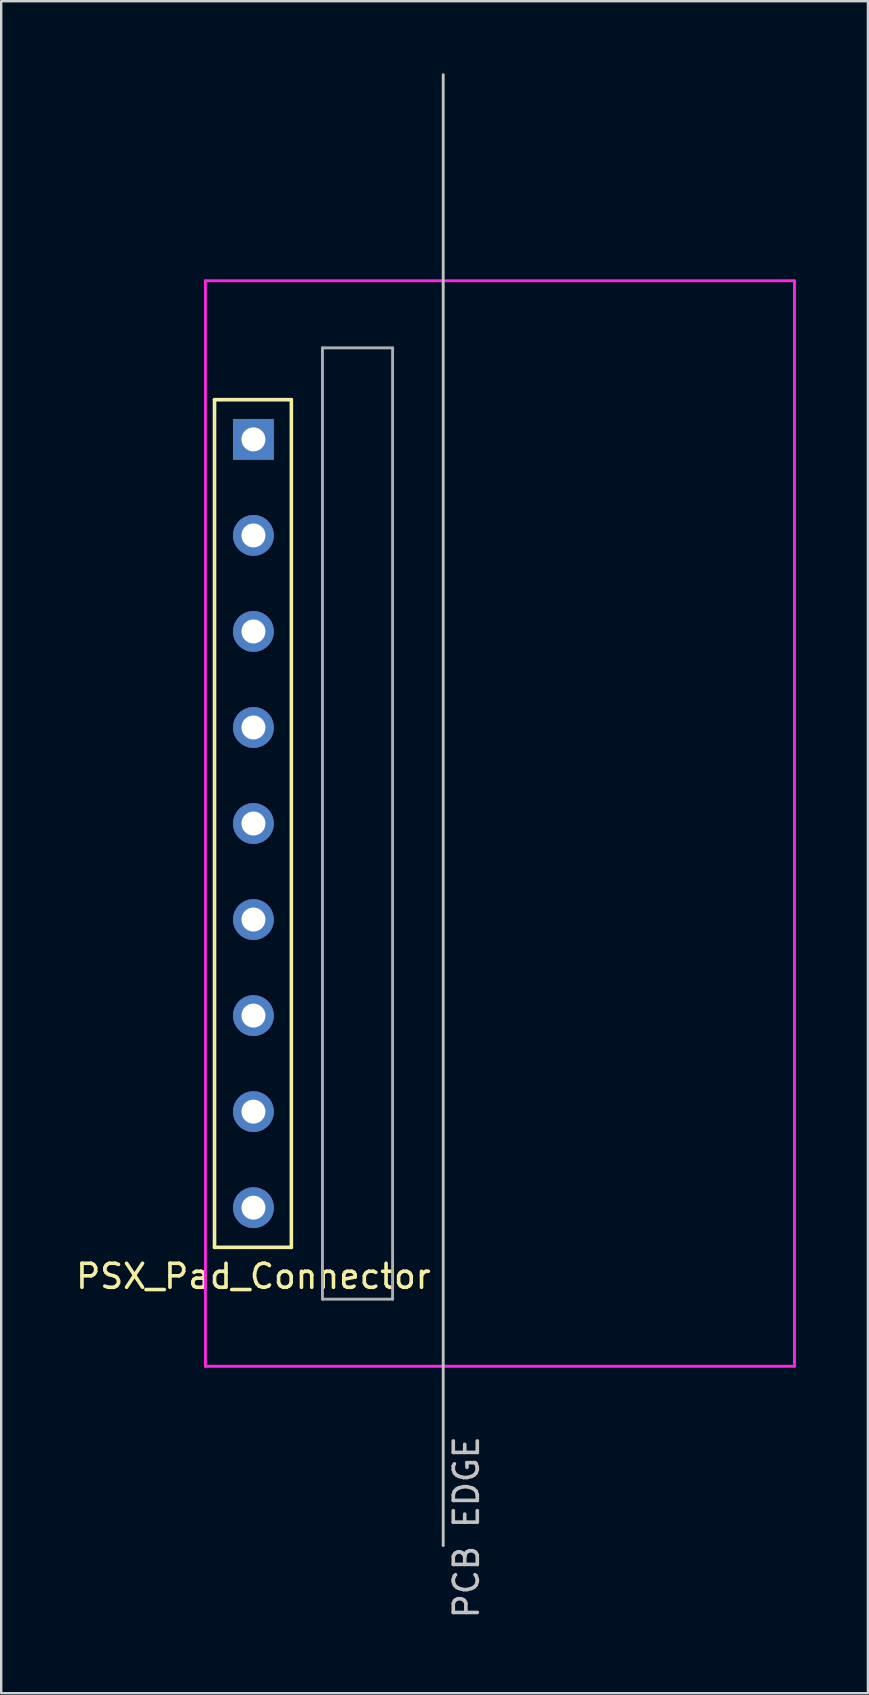
<source format=kicad_pcb>
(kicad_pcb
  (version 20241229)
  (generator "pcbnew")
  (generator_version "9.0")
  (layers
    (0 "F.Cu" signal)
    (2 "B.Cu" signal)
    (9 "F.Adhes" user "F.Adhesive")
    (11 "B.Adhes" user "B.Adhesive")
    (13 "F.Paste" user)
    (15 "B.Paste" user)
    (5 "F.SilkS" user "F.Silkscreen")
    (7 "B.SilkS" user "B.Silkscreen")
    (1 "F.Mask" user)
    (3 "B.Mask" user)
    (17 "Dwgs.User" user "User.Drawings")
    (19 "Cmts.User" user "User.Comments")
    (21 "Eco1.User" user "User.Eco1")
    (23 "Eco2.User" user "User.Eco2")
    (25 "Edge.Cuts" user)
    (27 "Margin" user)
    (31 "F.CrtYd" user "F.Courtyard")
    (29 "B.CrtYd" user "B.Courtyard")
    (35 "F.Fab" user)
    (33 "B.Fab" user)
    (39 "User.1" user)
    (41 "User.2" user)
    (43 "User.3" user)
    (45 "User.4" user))
  (footprint "PSX_Pad_Connector"
    (layer "F.Cu")
    (at 7.506 31.251)
    (property "Reference" "PSX_Pad_Connector" (at 0 18.86 180) (layer "F.SilkS") (effects (font (size 1 1) (thickness 0.15))))
    (attr through_hole)
    (fp_line (start -1.621 -17.653) (end 1.579 -17.653) (stroke (width 0.15) (type solid)) (layer "F.SilkS"))
    (fp_line (start -1.621 17.653) (end -1.621 -17.653) (stroke (width 0.15) (type solid)) (layer "F.SilkS"))
    (fp_line (start 1.579 -17.653) (end 1.579 17.653) (stroke (width 0.15) (type solid)) (layer "F.SilkS"))
    (fp_line (start 1.579 17.653) (end -1.621 17.653) (stroke (width 0.15) (type solid)) (layer "F.SilkS"))
    (fp_line (start 7.904 30.074) (end 7.904 -31.191) (stroke (width 0.12) (type solid)) (layer "Dwgs.User"))
    (fp_line (start -2 -22.606) (end -2 22.606) (stroke (width 0.12) (type solid)) (layer "F.CrtYd"))
    (fp_line (start -2 22.606) (end 22.534 22.606) (stroke (width 0.12) (type solid)) (layer "F.CrtYd"))
    (fp_line (start 22.534 -22.606) (end -2 -22.606) (stroke (width 0.12) (type solid)) (layer "F.CrtYd"))
    (fp_line (start 22.534 22.606) (end 22.534 -22.606) (stroke (width 0.12) (type solid)) (layer "F.CrtYd"))
    (fp_line (start 2.875 -19.812) (end 5.796 -19.812) (stroke (width 0.12) (type solid)) (layer "F.Fab"))
    (fp_line (start 2.875 19.812) (end 2.875 -19.812) (stroke (width 0.12) (type solid)) (layer "F.Fab"))
    (fp_line (start 5.796 -19.812) (end 5.796 19.812) (stroke (width 0.12) (type solid)) (layer "F.Fab"))
    (fp_line (start 5.796 19.812) (end 2.875 19.812) (stroke (width 0.12) (type solid)) (layer "F.Fab"))
    (fp_text user "PCB EDGE" (at 8.869 29.312 90) (layer "Dwgs.User") (effects (font (size 1 1) (thickness 0.15))))
    (pad "1" thru_hole rect (at 0 -16) (size 1.7 1.7) (drill 1) (layers "*.Cu" "*.Mask"))
    (pad "2" thru_hole oval (at 0 -12) (size 1.7 1.7) (drill 1) (layers "*.Cu" "*.Mask"))
    (pad "3" thru_hole oval (at 0 -8) (size 1.7 1.7) (drill 1) (layers "*.Cu" "*.Mask"))
    (pad "4" thru_hole oval (at 0 -4) (size 1.7 1.7) (drill 1) (layers "*.Cu" "*.Mask"))
    (pad "5" thru_hole oval (at 0 0) (size 1.7 1.7) (drill 1) (layers "*.Cu" "*.Mask"))
    (pad "6" thru_hole oval (at 0 4) (size 1.7 1.7) (drill 1) (layers "*.Cu" "*.Mask"))
    (pad "7" thru_hole oval (at 0 8) (size 1.7 1.7) (drill 1) (layers "*.Cu" "*.Mask"))
    (pad "8" thru_hole oval (at 0 12) (size 1.7 1.7) (drill 1) (layers "*.Cu" "*.Mask"))
    (pad "9" thru_hole oval (at 0 16) (size 1.7 1.7) (drill 1) (layers "*.Cu" "*.Mask")))
  (gr_rect
    (start -3 -3)
    (end 33.1 67.474)
    (stroke (width 0.1) (type default))
    (fill no)
    (layer "Edge.Cuts")))
</source>
